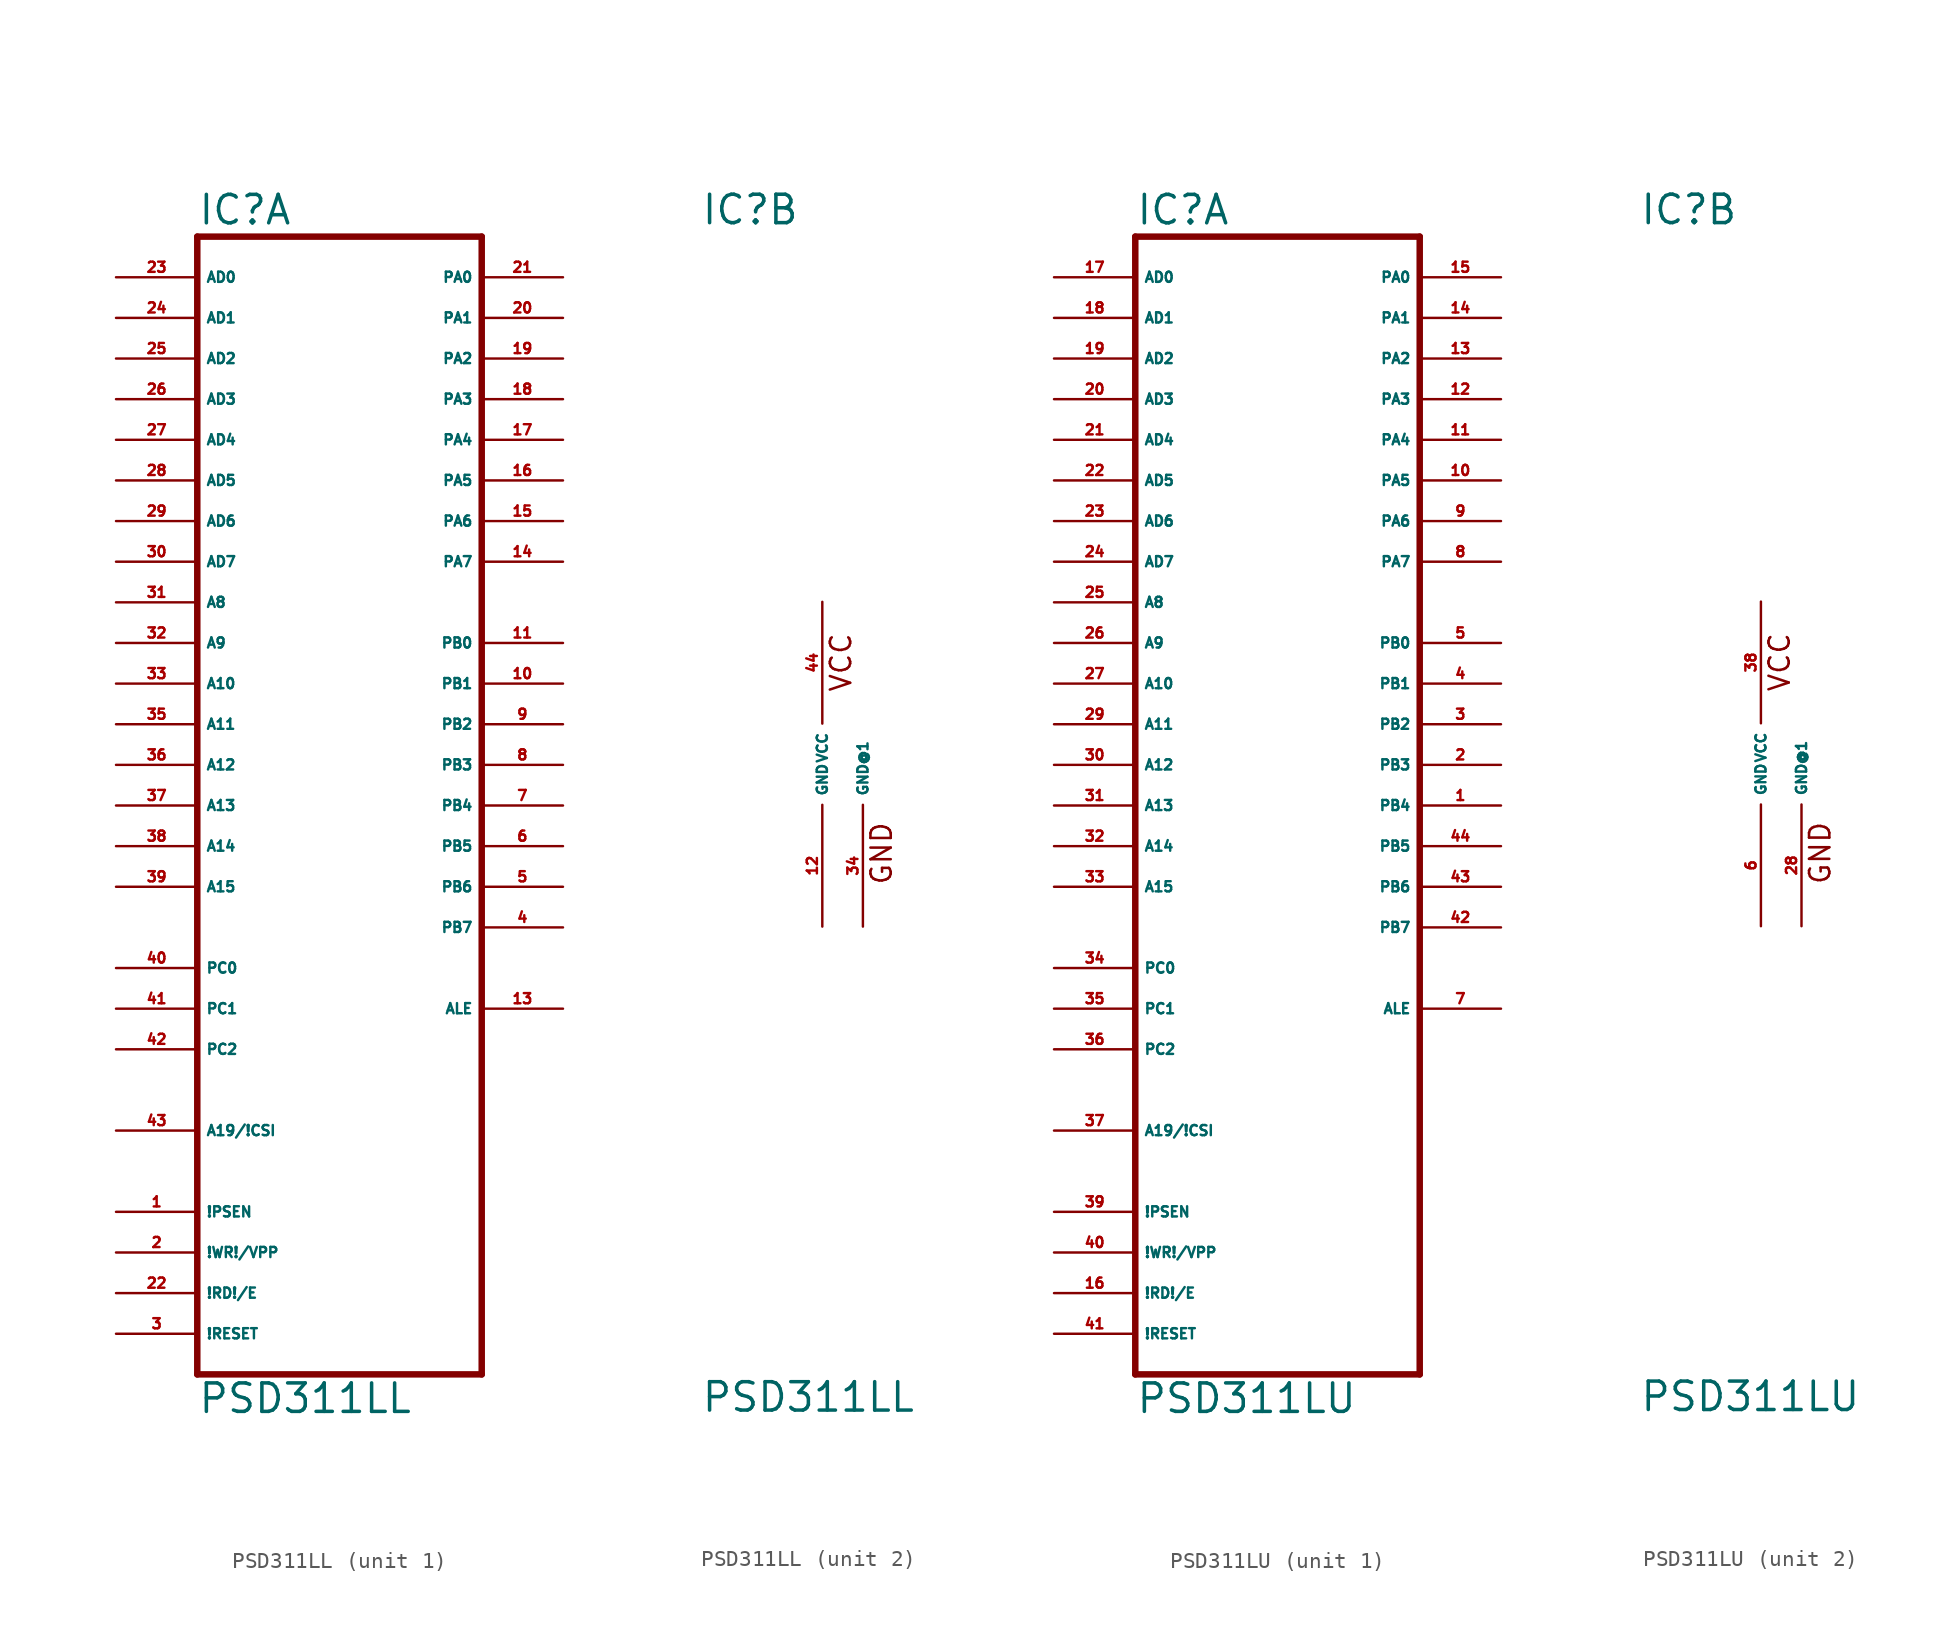
<source format=kicad_sym>
(kicad_symbol_lib
  (version 20220914)
  (generator Eagle2Kicad)
  (symbol "PSD311LL"
    (property "Reference" "IC"
      (at -7.62 33.655 0)
      (effects (font (size 1.778 1.778) (thickness 0.22)) (justify left bottom)))
    (property "Value" "PSD311LL"
      (at -7.62 -40.64 0)
      (effects (font (size 1.778 1.778) (thickness 0.22)) (justify left bottom)))
    (symbol "PSD311LL_1_0"
      (polyline (pts (xy -7.62 -38.1) (xy 10.16 -38.1)) (stroke (width 0.406) (type default)) (fill (type none)))
      (polyline (pts (xy 10.16 -38.1) (xy 10.16 33.02)) (stroke (width 0.406) (type default)) (fill (type none)))
      (polyline (pts (xy 10.16 33.02) (xy -7.62 33.02)) (stroke (width 0.406) (type default)) (fill (type none)))
      (polyline (pts (xy -7.62 33.02) (xy -7.62 -38.1)) (stroke (width 0.406) (type default)) (fill (type none)))
      (pin input line (at -12.7 30.48 0) (length 5.08) (name "AD0" (effects (font (size 0.635 0.635) (thickness 0.08)) (justify left bottom))) (number "23" (effects (font (size 0.635 0.635) (thickness 0.08)) (justify left bottom))))
      (pin input line (at -12.7 27.94 0) (length 5.08) (name "AD1" (effects (font (size 0.635 0.635) (thickness 0.08)) (justify left bottom))) (number "24" (effects (font (size 0.635 0.635) (thickness 0.08)) (justify left bottom))))
      (pin input line (at -12.7 25.4 0) (length 5.08) (name "AD2" (effects (font (size 0.635 0.635) (thickness 0.08)) (justify left bottom))) (number "25" (effects (font (size 0.635 0.635) (thickness 0.08)) (justify left bottom))))
      (pin input line (at -12.7 22.86 0) (length 5.08) (name "AD3" (effects (font (size 0.635 0.635) (thickness 0.08)) (justify left bottom))) (number "26" (effects (font (size 0.635 0.635) (thickness 0.08)) (justify left bottom))))
      (pin input line (at -12.7 20.32 0) (length 5.08) (name "AD4" (effects (font (size 0.635 0.635) (thickness 0.08)) (justify left bottom))) (number "27" (effects (font (size 0.635 0.635) (thickness 0.08)) (justify left bottom))))
      (pin input line (at -12.7 17.78 0) (length 5.08) (name "AD5" (effects (font (size 0.635 0.635) (thickness 0.08)) (justify left bottom))) (number "28" (effects (font (size 0.635 0.635) (thickness 0.08)) (justify left bottom))))
      (pin input line (at -12.7 15.24 0) (length 5.08) (name "AD6" (effects (font (size 0.635 0.635) (thickness 0.08)) (justify left bottom))) (number "29" (effects (font (size 0.635 0.635) (thickness 0.08)) (justify left bottom))))
      (pin input line (at -12.7 12.7 0) (length 5.08) (name "AD7" (effects (font (size 0.635 0.635) (thickness 0.08)) (justify left bottom))) (number "30" (effects (font (size 0.635 0.635) (thickness 0.08)) (justify left bottom))))
      (pin input line (at -12.7 10.16 0) (length 5.08) (name "A8" (effects (font (size 0.635 0.635) (thickness 0.08)) (justify left bottom))) (number "31" (effects (font (size 0.635 0.635) (thickness 0.08)) (justify left bottom))))
      (pin input line (at -12.7 7.62 0) (length 5.08) (name "A9" (effects (font (size 0.635 0.635) (thickness 0.08)) (justify left bottom))) (number "32" (effects (font (size 0.635 0.635) (thickness 0.08)) (justify left bottom))))
      (pin input line (at -12.7 5.08 0) (length 5.08) (name "A10" (effects (font (size 0.635 0.635) (thickness 0.08)) (justify left bottom))) (number "33" (effects (font (size 0.635 0.635) (thickness 0.08)) (justify left bottom))))
      (pin input line (at -12.7 2.54 0) (length 5.08) (name "A11" (effects (font (size 0.635 0.635) (thickness 0.08)) (justify left bottom))) (number "35" (effects (font (size 0.635 0.635) (thickness 0.08)) (justify left bottom))))
      (pin input line (at -12.7 0 0) (length 5.08) (name "A12" (effects (font (size 0.635 0.635) (thickness 0.08)) (justify left bottom))) (number "36" (effects (font (size 0.635 0.635) (thickness 0.08)) (justify left bottom))))
      (pin input line (at -12.7 -2.54 0) (length 5.08) (name "A13" (effects (font (size 0.635 0.635) (thickness 0.08)) (justify left bottom))) (number "37" (effects (font (size 0.635 0.635) (thickness 0.08)) (justify left bottom))))
      (pin input line (at -12.7 -5.08 0) (length 5.08) (name "A14" (effects (font (size 0.635 0.635) (thickness 0.08)) (justify left bottom))) (number "38" (effects (font (size 0.635 0.635) (thickness 0.08)) (justify left bottom))))
      (pin input line (at -12.7 -7.62 0) (length 5.08) (name "A15" (effects (font (size 0.635 0.635) (thickness 0.08)) (justify left bottom))) (number "39" (effects (font (size 0.635 0.635) (thickness 0.08)) (justify left bottom))))
      (pin input line (at -12.7 -12.7 0) (length 5.08) (name "PC0" (effects (font (size 0.635 0.635) (thickness 0.08)) (justify left bottom))) (number "40" (effects (font (size 0.635 0.635) (thickness 0.08)) (justify left bottom))))
      (pin input line (at -12.7 -15.24 0) (length 5.08) (name "PC1" (effects (font (size 0.635 0.635) (thickness 0.08)) (justify left bottom))) (number "41" (effects (font (size 0.635 0.635) (thickness 0.08)) (justify left bottom))))
      (pin input line (at -12.7 -17.78 0) (length 5.08) (name "PC2" (effects (font (size 0.635 0.635) (thickness 0.08)) (justify left bottom))) (number "42" (effects (font (size 0.635 0.635) (thickness 0.08)) (justify left bottom))))
      (pin input line (at -12.7 -22.86 0) (length 5.08) (name "A19/!CSI" (effects (font (size 0.635 0.635) (thickness 0.08)) (justify left bottom))) (number "43" (effects (font (size 0.635 0.635) (thickness 0.08)) (justify left bottom))))
      (pin bidirectional line (at 15.24 30.48 180) (length 5.08) (name "PA0" (effects (font (size 0.635 0.635) (thickness 0.08)) (justify left bottom))) (number "21" (effects (font (size 0.635 0.635) (thickness 0.08)) (justify left bottom))))
      (pin bidirectional line (at 15.24 27.94 180) (length 5.08) (name "PA1" (effects (font (size 0.635 0.635) (thickness 0.08)) (justify left bottom))) (number "20" (effects (font (size 0.635 0.635) (thickness 0.08)) (justify left bottom))))
      (pin bidirectional line (at 15.24 25.4 180) (length 5.08) (name "PA2" (effects (font (size 0.635 0.635) (thickness 0.08)) (justify left bottom))) (number "19" (effects (font (size 0.635 0.635) (thickness 0.08)) (justify left bottom))))
      (pin bidirectional line (at 15.24 22.86 180) (length 5.08) (name "PA3" (effects (font (size 0.635 0.635) (thickness 0.08)) (justify left bottom))) (number "18" (effects (font (size 0.635 0.635) (thickness 0.08)) (justify left bottom))))
      (pin bidirectional line (at 15.24 20.32 180) (length 5.08) (name "PA4" (effects (font (size 0.635 0.635) (thickness 0.08)) (justify left bottom))) (number "17" (effects (font (size 0.635 0.635) (thickness 0.08)) (justify left bottom))))
      (pin bidirectional line (at 15.24 17.78 180) (length 5.08) (name "PA5" (effects (font (size 0.635 0.635) (thickness 0.08)) (justify left bottom))) (number "16" (effects (font (size 0.635 0.635) (thickness 0.08)) (justify left bottom))))
      (pin bidirectional line (at 15.24 15.24 180) (length 5.08) (name "PA6" (effects (font (size 0.635 0.635) (thickness 0.08)) (justify left bottom))) (number "15" (effects (font (size 0.635 0.635) (thickness 0.08)) (justify left bottom))))
      (pin bidirectional line (at 15.24 12.7 180) (length 5.08) (name "PA7" (effects (font (size 0.635 0.635) (thickness 0.08)) (justify left bottom))) (number "14" (effects (font (size 0.635 0.635) (thickness 0.08)) (justify left bottom))))
      (pin output line (at 15.24 7.62 180) (length 5.08) (name "PB0" (effects (font (size 0.635 0.635) (thickness 0.08)) (justify left bottom))) (number "11" (effects (font (size 0.635 0.635) (thickness 0.08)) (justify left bottom))))
      (pin output line (at 15.24 5.08 180) (length 5.08) (name "PB1" (effects (font (size 0.635 0.635) (thickness 0.08)) (justify left bottom))) (number "10" (effects (font (size 0.635 0.635) (thickness 0.08)) (justify left bottom))))
      (pin output line (at 15.24 2.54 180) (length 5.08) (name "PB2" (effects (font (size 0.635 0.635) (thickness 0.08)) (justify left bottom))) (number "9" (effects (font (size 0.635 0.635) (thickness 0.08)) (justify left bottom))))
      (pin output line (at 15.24 0 180) (length 5.08) (name "PB3" (effects (font (size 0.635 0.635) (thickness 0.08)) (justify left bottom))) (number "8" (effects (font (size 0.635 0.635) (thickness 0.08)) (justify left bottom))))
      (pin output line (at 15.24 -2.54 180) (length 5.08) (name "PB4" (effects (font (size 0.635 0.635) (thickness 0.08)) (justify left bottom))) (number "7" (effects (font (size 0.635 0.635) (thickness 0.08)) (justify left bottom))))
      (pin output line (at 15.24 -5.08 180) (length 5.08) (name "PB5" (effects (font (size 0.635 0.635) (thickness 0.08)) (justify left bottom))) (number "6" (effects (font (size 0.635 0.635) (thickness 0.08)) (justify left bottom))))
      (pin output line (at 15.24 -7.62 180) (length 5.08) (name "PB6" (effects (font (size 0.635 0.635) (thickness 0.08)) (justify left bottom))) (number "5" (effects (font (size 0.635 0.635) (thickness 0.08)) (justify left bottom))))
      (pin output line (at 15.24 -10.16 180) (length 5.08) (name "PB7" (effects (font (size 0.635 0.635) (thickness 0.08)) (justify left bottom))) (number "4" (effects (font (size 0.635 0.635) (thickness 0.08)) (justify left bottom))))
      (pin output line (at 15.24 -15.24 180) (length 5.08) (name "ALE" (effects (font (size 0.635 0.635) (thickness 0.08)) (justify left bottom))) (number "13" (effects (font (size 0.635 0.635) (thickness 0.08)) (justify left bottom))))
      (pin input line (at -12.7 -27.94 0) (length 5.08) (name "!PSEN" (effects (font (size 0.635 0.635) (thickness 0.08)) (justify left bottom))) (number "1" (effects (font (size 0.635 0.635) (thickness 0.08)) (justify left bottom))))
      (pin input line (at -12.7 -30.48 0) (length 5.08) (name "!WR!/VPP" (effects (font (size 0.635 0.635) (thickness 0.08)) (justify left bottom))) (number "2" (effects (font (size 0.635 0.635) (thickness 0.08)) (justify left bottom))))
      (pin input line (at -12.7 -33.02 0) (length 5.08) (name "!RD!/E" (effects (font (size 0.635 0.635) (thickness 0.08)) (justify left bottom))) (number "22" (effects (font (size 0.635 0.635) (thickness 0.08)) (justify left bottom))))
      (pin input line (at -12.7 -35.56 0) (length 5.08) (name "!RESET" (effects (font (size 0.635 0.635) (thickness 0.08)) (justify left bottom))) (number "3" (effects (font (size 0.635 0.635) (thickness 0.08)) (justify left bottom)))))
    (symbol "PSD311LL_2_0"
      (text "VCC" (at 1.905 4.445 900) (effects (font (size 1.27 1.27) (thickness 0.16)) (justify left bottom)))
      (text "GND" (at 4.445 -7.62 900) (effects (font (size 1.27 1.27) (thickness 0.16)) (justify left bottom)))
      (pin unspecified line (at 0 10.16 270) (length 7.62) (name "VCC" (effects (font (size 0.635 0.635) (thickness 0.08)) (justify left bottom))) (number "44" (effects (font (size 0.635 0.635) (thickness 0.08)) (justify left bottom))))
      (pin unspecified line (at 0 -10.16 90) (length 7.62) (name "GND" (effects (font (size 0.635 0.635) (thickness 0.08)) (justify left bottom))) (number "12" (effects (font (size 0.635 0.635) (thickness 0.08)) (justify left bottom))))
      (pin unspecified line (at 2.54 -10.16 90) (length 7.62) (name "GND@1" (effects (font (size 0.635 0.635) (thickness 0.08)) (justify left bottom))) (number "34" (effects (font (size 0.635 0.635) (thickness 0.08)) (justify left bottom))))))
  (symbol "PSD311LU"
    (property "Reference" "IC"
      (at -7.62 33.655 0)
      (effects (font (size 1.778 1.778) (thickness 0.22)) (justify left bottom)))
    (property "Value" "PSD311LU"
      (at -7.62 -40.64 0)
      (effects (font (size 1.778 1.778) (thickness 0.22)) (justify left bottom)))
    (symbol "PSD311LU_1_0"
      (polyline (pts (xy -7.62 -38.1) (xy 10.16 -38.1)) (stroke (width 0.406) (type default)) (fill (type none)))
      (polyline (pts (xy 10.16 -38.1) (xy 10.16 33.02)) (stroke (width 0.406) (type default)) (fill (type none)))
      (polyline (pts (xy 10.16 33.02) (xy -7.62 33.02)) (stroke (width 0.406) (type default)) (fill (type none)))
      (polyline (pts (xy -7.62 33.02) (xy -7.62 -38.1)) (stroke (width 0.406) (type default)) (fill (type none)))
      (pin input line (at -12.7 30.48 0) (length 5.08) (name "AD0" (effects (font (size 0.635 0.635) (thickness 0.08)) (justify left bottom))) (number "17" (effects (font (size 0.635 0.635) (thickness 0.08)) (justify left bottom))))
      (pin input line (at -12.7 27.94 0) (length 5.08) (name "AD1" (effects (font (size 0.635 0.635) (thickness 0.08)) (justify left bottom))) (number "18" (effects (font (size 0.635 0.635) (thickness 0.08)) (justify left bottom))))
      (pin input line (at -12.7 25.4 0) (length 5.08) (name "AD2" (effects (font (size 0.635 0.635) (thickness 0.08)) (justify left bottom))) (number "19" (effects (font (size 0.635 0.635) (thickness 0.08)) (justify left bottom))))
      (pin input line (at -12.7 22.86 0) (length 5.08) (name "AD3" (effects (font (size 0.635 0.635) (thickness 0.08)) (justify left bottom))) (number "20" (effects (font (size 0.635 0.635) (thickness 0.08)) (justify left bottom))))
      (pin input line (at -12.7 20.32 0) (length 5.08) (name "AD4" (effects (font (size 0.635 0.635) (thickness 0.08)) (justify left bottom))) (number "21" (effects (font (size 0.635 0.635) (thickness 0.08)) (justify left bottom))))
      (pin input line (at -12.7 17.78 0) (length 5.08) (name "AD5" (effects (font (size 0.635 0.635) (thickness 0.08)) (justify left bottom))) (number "22" (effects (font (size 0.635 0.635) (thickness 0.08)) (justify left bottom))))
      (pin input line (at -12.7 15.24 0) (length 5.08) (name "AD6" (effects (font (size 0.635 0.635) (thickness 0.08)) (justify left bottom))) (number "23" (effects (font (size 0.635 0.635) (thickness 0.08)) (justify left bottom))))
      (pin input line (at -12.7 12.7 0) (length 5.08) (name "AD7" (effects (font (size 0.635 0.635) (thickness 0.08)) (justify left bottom))) (number "24" (effects (font (size 0.635 0.635) (thickness 0.08)) (justify left bottom))))
      (pin input line (at -12.7 10.16 0) (length 5.08) (name "A8" (effects (font (size 0.635 0.635) (thickness 0.08)) (justify left bottom))) (number "25" (effects (font (size 0.635 0.635) (thickness 0.08)) (justify left bottom))))
      (pin input line (at -12.7 7.62 0) (length 5.08) (name "A9" (effects (font (size 0.635 0.635) (thickness 0.08)) (justify left bottom))) (number "26" (effects (font (size 0.635 0.635) (thickness 0.08)) (justify left bottom))))
      (pin input line (at -12.7 5.08 0) (length 5.08) (name "A10" (effects (font (size 0.635 0.635) (thickness 0.08)) (justify left bottom))) (number "27" (effects (font (size 0.635 0.635) (thickness 0.08)) (justify left bottom))))
      (pin input line (at -12.7 2.54 0) (length 5.08) (name "A11" (effects (font (size 0.635 0.635) (thickness 0.08)) (justify left bottom))) (number "29" (effects (font (size 0.635 0.635) (thickness 0.08)) (justify left bottom))))
      (pin input line (at -12.7 0 0) (length 5.08) (name "A12" (effects (font (size 0.635 0.635) (thickness 0.08)) (justify left bottom))) (number "30" (effects (font (size 0.635 0.635) (thickness 0.08)) (justify left bottom))))
      (pin input line (at -12.7 -2.54 0) (length 5.08) (name "A13" (effects (font (size 0.635 0.635) (thickness 0.08)) (justify left bottom))) (number "31" (effects (font (size 0.635 0.635) (thickness 0.08)) (justify left bottom))))
      (pin input line (at -12.7 -5.08 0) (length 5.08) (name "A14" (effects (font (size 0.635 0.635) (thickness 0.08)) (justify left bottom))) (number "32" (effects (font (size 0.635 0.635) (thickness 0.08)) (justify left bottom))))
      (pin input line (at -12.7 -7.62 0) (length 5.08) (name "A15" (effects (font (size 0.635 0.635) (thickness 0.08)) (justify left bottom))) (number "33" (effects (font (size 0.635 0.635) (thickness 0.08)) (justify left bottom))))
      (pin input line (at -12.7 -12.7 0) (length 5.08) (name "PC0" (effects (font (size 0.635 0.635) (thickness 0.08)) (justify left bottom))) (number "34" (effects (font (size 0.635 0.635) (thickness 0.08)) (justify left bottom))))
      (pin input line (at -12.7 -15.24 0) (length 5.08) (name "PC1" (effects (font (size 0.635 0.635) (thickness 0.08)) (justify left bottom))) (number "35" (effects (font (size 0.635 0.635) (thickness 0.08)) (justify left bottom))))
      (pin input line (at -12.7 -17.78 0) (length 5.08) (name "PC2" (effects (font (size 0.635 0.635) (thickness 0.08)) (justify left bottom))) (number "36" (effects (font (size 0.635 0.635) (thickness 0.08)) (justify left bottom))))
      (pin input line (at -12.7 -22.86 0) (length 5.08) (name "A19/!CSI" (effects (font (size 0.635 0.635) (thickness 0.08)) (justify left bottom))) (number "37" (effects (font (size 0.635 0.635) (thickness 0.08)) (justify left bottom))))
      (pin bidirectional line (at 15.24 30.48 180) (length 5.08) (name "PA0" (effects (font (size 0.635 0.635) (thickness 0.08)) (justify left bottom))) (number "15" (effects (font (size 0.635 0.635) (thickness 0.08)) (justify left bottom))))
      (pin bidirectional line (at 15.24 27.94 180) (length 5.08) (name "PA1" (effects (font (size 0.635 0.635) (thickness 0.08)) (justify left bottom))) (number "14" (effects (font (size 0.635 0.635) (thickness 0.08)) (justify left bottom))))
      (pin bidirectional line (at 15.24 25.4 180) (length 5.08) (name "PA2" (effects (font (size 0.635 0.635) (thickness 0.08)) (justify left bottom))) (number "13" (effects (font (size 0.635 0.635) (thickness 0.08)) (justify left bottom))))
      (pin bidirectional line (at 15.24 22.86 180) (length 5.08) (name "PA3" (effects (font (size 0.635 0.635) (thickness 0.08)) (justify left bottom))) (number "12" (effects (font (size 0.635 0.635) (thickness 0.08)) (justify left bottom))))
      (pin bidirectional line (at 15.24 20.32 180) (length 5.08) (name "PA4" (effects (font (size 0.635 0.635) (thickness 0.08)) (justify left bottom))) (number "11" (effects (font (size 0.635 0.635) (thickness 0.08)) (justify left bottom))))
      (pin bidirectional line (at 15.24 17.78 180) (length 5.08) (name "PA5" (effects (font (size 0.635 0.635) (thickness 0.08)) (justify left bottom))) (number "10" (effects (font (size 0.635 0.635) (thickness 0.08)) (justify left bottom))))
      (pin bidirectional line (at 15.24 15.24 180) (length 5.08) (name "PA6" (effects (font (size 0.635 0.635) (thickness 0.08)) (justify left bottom))) (number "9" (effects (font (size 0.635 0.635) (thickness 0.08)) (justify left bottom))))
      (pin bidirectional line (at 15.24 12.7 180) (length 5.08) (name "PA7" (effects (font (size 0.635 0.635) (thickness 0.08)) (justify left bottom))) (number "8" (effects (font (size 0.635 0.635) (thickness 0.08)) (justify left bottom))))
      (pin output line (at 15.24 7.62 180) (length 5.08) (name "PB0" (effects (font (size 0.635 0.635) (thickness 0.08)) (justify left bottom))) (number "5" (effects (font (size 0.635 0.635) (thickness 0.08)) (justify left bottom))))
      (pin output line (at 15.24 5.08 180) (length 5.08) (name "PB1" (effects (font (size 0.635 0.635) (thickness 0.08)) (justify left bottom))) (number "4" (effects (font (size 0.635 0.635) (thickness 0.08)) (justify left bottom))))
      (pin output line (at 15.24 2.54 180) (length 5.08) (name "PB2" (effects (font (size 0.635 0.635) (thickness 0.08)) (justify left bottom))) (number "3" (effects (font (size 0.635 0.635) (thickness 0.08)) (justify left bottom))))
      (pin output line (at 15.24 0 180) (length 5.08) (name "PB3" (effects (font (size 0.635 0.635) (thickness 0.08)) (justify left bottom))) (number "2" (effects (font (size 0.635 0.635) (thickness 0.08)) (justify left bottom))))
      (pin output line (at 15.24 -2.54 180) (length 5.08) (name "PB4" (effects (font (size 0.635 0.635) (thickness 0.08)) (justify left bottom))) (number "1" (effects (font (size 0.635 0.635) (thickness 0.08)) (justify left bottom))))
      (pin output line (at 15.24 -5.08 180) (length 5.08) (name "PB5" (effects (font (size 0.635 0.635) (thickness 0.08)) (justify left bottom))) (number "44" (effects (font (size 0.635 0.635) (thickness 0.08)) (justify left bottom))))
      (pin output line (at 15.24 -7.62 180) (length 5.08) (name "PB6" (effects (font (size 0.635 0.635) (thickness 0.08)) (justify left bottom))) (number "43" (effects (font (size 0.635 0.635) (thickness 0.08)) (justify left bottom))))
      (pin output line (at 15.24 -10.16 180) (length 5.08) (name "PB7" (effects (font (size 0.635 0.635) (thickness 0.08)) (justify left bottom))) (number "42" (effects (font (size 0.635 0.635) (thickness 0.08)) (justify left bottom))))
      (pin output line (at 15.24 -15.24 180) (length 5.08) (name "ALE" (effects (font (size 0.635 0.635) (thickness 0.08)) (justify left bottom))) (number "7" (effects (font (size 0.635 0.635) (thickness 0.08)) (justify left bottom))))
      (pin input line (at -12.7 -27.94 0) (length 5.08) (name "!PSEN" (effects (font (size 0.635 0.635) (thickness 0.08)) (justify left bottom))) (number "39" (effects (font (size 0.635 0.635) (thickness 0.08)) (justify left bottom))))
      (pin input line (at -12.7 -30.48 0) (length 5.08) (name "!WR!/VPP" (effects (font (size 0.635 0.635) (thickness 0.08)) (justify left bottom))) (number "40" (effects (font (size 0.635 0.635) (thickness 0.08)) (justify left bottom))))
      (pin input line (at -12.7 -33.02 0) (length 5.08) (name "!RD!/E" (effects (font (size 0.635 0.635) (thickness 0.08)) (justify left bottom))) (number "16" (effects (font (size 0.635 0.635) (thickness 0.08)) (justify left bottom))))
      (pin input line (at -12.7 -35.56 0) (length 5.08) (name "!RESET" (effects (font (size 0.635 0.635) (thickness 0.08)) (justify left bottom))) (number "41" (effects (font (size 0.635 0.635) (thickness 0.08)) (justify left bottom)))))
    (symbol "PSD311LU_2_0"
      (text "VCC" (at 1.905 4.445 900) (effects (font (size 1.27 1.27) (thickness 0.16)) (justify left bottom)))
      (text "GND" (at 4.445 -7.62 900) (effects (font (size 1.27 1.27) (thickness 0.16)) (justify left bottom)))
      (pin unspecified line (at 0 10.16 270) (length 7.62) (name "VCC" (effects (font (size 0.635 0.635) (thickness 0.08)) (justify left bottom))) (number "38" (effects (font (size 0.635 0.635) (thickness 0.08)) (justify left bottom))))
      (pin unspecified line (at 0 -10.16 90) (length 7.62) (name "GND" (effects (font (size 0.635 0.635) (thickness 0.08)) (justify left bottom))) (number "6" (effects (font (size 0.635 0.635) (thickness 0.08)) (justify left bottom))))
      (pin unspecified line (at 2.54 -10.16 90) (length 7.62) (name "GND@1" (effects (font (size 0.635 0.635) (thickness 0.08)) (justify left bottom))) (number "28" (effects (font (size 0.635 0.635) (thickness 0.08)) (justify left bottom)))))))
</source>
